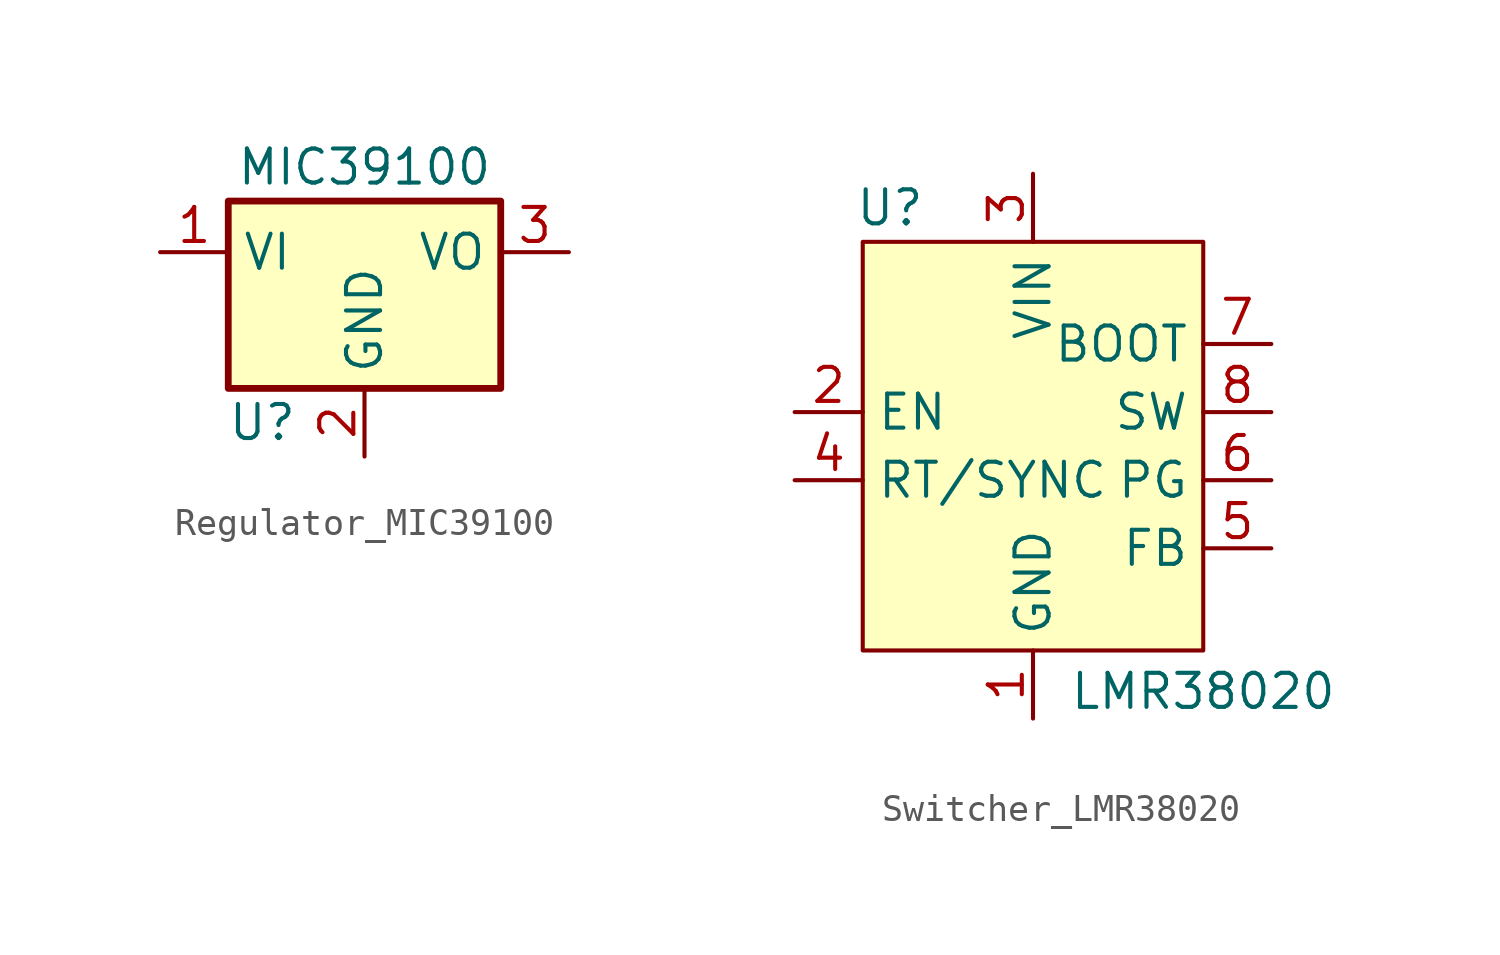
<source format=kicad_sym>
(kicad_symbol_lib
  (version 20241209)
  (generator "kicad_symbol_editor")
  (generator_version "9.0")
  (symbol "Regulator_MIC39100"
    (property "Reference" "U"
      (at -3.81 -6.35 0)
      (effects (font (size 1.27 1.27))))
    (property "Value" "MIC39100"
      (at 0 3.175 0)
      (effects (font (size 1.27 1.27))))
    (symbol "Regulator_MIC39100_0_1"
      (rectangle (start -5.08 -5.08) (end 5.08 1.905) (stroke (width 0.254) (type default)) (fill (type background))))
    (symbol "Regulator_MIC39100_1_1"
      (pin power_in line (at -7.62 0 0) (length 2.54) (name "VI" (effects (font (size 1.27 1.27)))) (number "1" (effects (font (size 1.27 1.27)))))
      (pin power_in line (at 0 -7.62 90) (length 2.54) (name "GND" (effects (font (size 1.27 1.27)))) (number "2" (effects (font (size 1.27 1.27)))))
      (pin power_out line (at 7.62 0 180) (length 2.54) (name "VO" (effects (font (size 1.27 1.27)))) (number "3" (effects (font (size 1.27 1.27)))))))
  (symbol "Switcher_LMR38020"
    (property "Reference" "U"
      (at -5.334 8.89 0)
      (effects (font (size 1.27 1.27))))
    (property "Value" "LMR38020"
      (at 6.35 -9.144 0)
      (effects (font (size 1.27 1.27))))
    (symbol "Switcher_LMR38020_1_1"
      (rectangle (start -6.35 7.62) (end 6.35 -7.62) (stroke (width 0) (type default)) (fill (type background)))
      (pin input line (at -8.89 1.27 0) (length 2.54) (name "EN" (effects (font (size 1.27 1.27)))) (number "2" (effects (font (size 1.27 1.27)))))
      (pin passive line (at -8.89 -1.27 0) (length 2.54) (name "RT/SYNC" (effects (font (size 1.27 1.27)))) (number "4" (effects (font (size 1.27 1.27)))))
      (pin power_in line (at 0 10.16 270) (length 2.54) (name "VIN" (effects (font (size 1.27 1.27)))) (number "3" (effects (font (size 1.27 1.27)))))
      (pin power_in line (at 0 -10.16 90) (length 2.54) (name "GND" (effects (font (size 1.27 1.27)))) (number "1" (effects (font (size 1.27 1.27)))))
      (pin power_in line (at 0 -10.16 90) (length 2.54) (hide yes) (name "GND" (effects (font (size 1.27 1.27)))) (number "9" (effects (font (size 1.27 1.27)))))
      (pin passive line (at 8.89 3.81 180) (length 2.54) (name "BOOT" (effects (font (size 1.27 1.27)))) (number "7" (effects (font (size 1.27 1.27)))))
      (pin passive line (at 8.89 1.27 180) (length 2.54) (name "SW" (effects (font (size 1.27 1.27)))) (number "8" (effects (font (size 1.27 1.27)))))
      (pin open_collector line (at 8.89 -1.27 180) (length 2.54) (name "PG" (effects (font (size 1.27 1.27)))) (number "6" (effects (font (size 1.27 1.27)))))
      (pin passive line (at 8.89 -3.81 180) (length 2.54) (name "FB" (effects (font (size 1.27 1.27)))) (number "5" (effects (font (size 1.27 1.27))))))))
</source>
